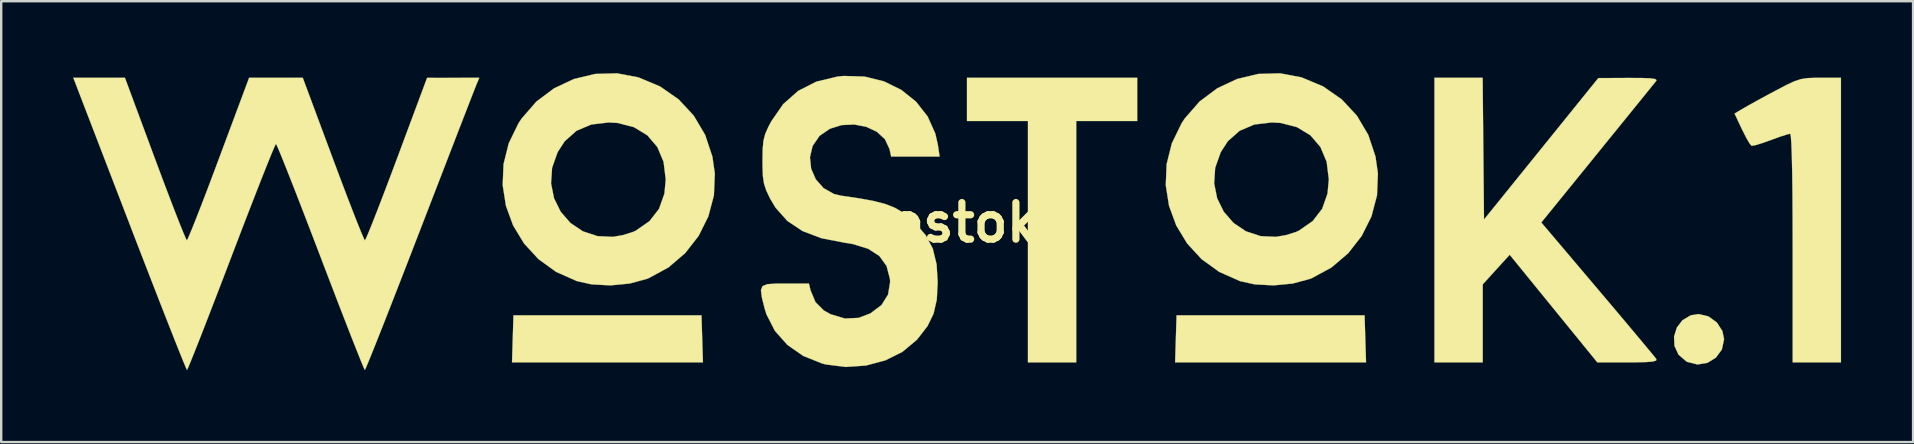
<source format=kicad_pcb>
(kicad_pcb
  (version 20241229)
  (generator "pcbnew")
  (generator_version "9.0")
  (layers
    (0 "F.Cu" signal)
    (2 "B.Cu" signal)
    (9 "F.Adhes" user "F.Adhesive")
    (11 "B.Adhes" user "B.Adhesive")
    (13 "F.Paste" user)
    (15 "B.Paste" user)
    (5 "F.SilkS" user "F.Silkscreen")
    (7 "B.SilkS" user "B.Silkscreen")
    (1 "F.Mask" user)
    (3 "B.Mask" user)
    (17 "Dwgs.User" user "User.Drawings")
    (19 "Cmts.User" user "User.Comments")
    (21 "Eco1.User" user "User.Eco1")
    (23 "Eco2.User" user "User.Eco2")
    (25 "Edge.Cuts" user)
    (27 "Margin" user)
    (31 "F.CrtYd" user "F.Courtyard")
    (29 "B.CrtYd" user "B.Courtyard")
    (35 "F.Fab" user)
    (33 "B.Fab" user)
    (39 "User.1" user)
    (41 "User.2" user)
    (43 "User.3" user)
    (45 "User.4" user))
  (footprint "wostok1"
    (layer "F.Cu")
    (at 37.019 6.223)
    (property "Reference" "wostok1" (at 0 0 0) (layer "F.SilkS") (effects (font (size 1.524 1.524) (thickness 0.3))))
    (attr through_hole)
    (fp_poly (pts (xy -10.787 5.821) (xy -18.74 5.821) (xy -18.68 3.863) (xy -10.848 3.863) (xy -10.787 5.821)) (stroke (width 0.01) (type solid)) (fill yes) (layer "F.SilkS"))
    (fp_poly (pts (xy 16.835 5.821) (xy 8.882 5.821) (xy 8.943 3.863) (xy 16.775 3.863) (xy 16.835 5.821)) (stroke (width 0.01) (type solid)) (fill yes) (layer "F.SilkS"))
    (fp_poly (pts (xy 7.303 -4.233) (xy 4.763 -4.233) (xy 4.763 5.821) (xy 2.752 5.821) (xy 2.752 -4.233) (xy 0.212 -4.233) (xy 0.212 -6.032) (xy 7.303 -6.032) (xy 7.303 -4.233)) (stroke (width 0.01) (type solid)) (fill yes) (layer "F.SilkS"))
    (fp_poly (pts (xy 31.098 3.906) (xy 31.445 4.158) (xy 31.679 4.515) (xy 31.75 4.858) (xy 31.657 5.287) (xy 31.41 5.624) (xy 31.057 5.841) (xy 30.644 5.91) (xy 30.22 5.803) (xy 30.174 5.779) (xy 29.85 5.499) (xy 29.685 5.14) (xy 29.666 4.75) (xy 29.781 4.376) (xy 30.017 4.065) (xy 30.363 3.862) (xy 30.692 3.81) (xy 31.098 3.906)) (stroke (width 0.01) (type solid)) (fill yes) (layer "F.SilkS"))
    (fp_poly (pts (xy 36.618 5.821) (xy 34.608 5.821) (xy 34.608 1.058) (xy 34.605 -0.158) (xy 34.599 -1.209) (xy 34.588 -2.086) (xy 34.572 -2.781) (xy 34.553 -3.288) (xy 34.531 -3.598) (xy 34.504 -3.704) (xy 34.504 -3.704) (xy 34.36 -3.669) (xy 34.077 -3.577) (xy 33.716 -3.446) (xy 33.691 -3.437) (xy 33.33 -3.309) (xy 33.047 -3.224) (xy 32.899 -3.198) (xy 32.895 -3.199) (xy 32.809 -3.303) (xy 32.667 -3.547) (xy 32.5 -3.879) (xy 32.497 -3.885) (xy 32.187 -4.542) (xy 32.524 -4.743) (xy 32.759 -4.877) (xy 33.124 -5.08) (xy 33.563 -5.319) (xy 33.88 -5.488) (xy 34.338 -5.729) (xy 34.673 -5.886) (xy 34.946 -5.976) (xy 35.221 -6.019) (xy 35.559 -6.032) (xy 35.758 -6.032) (xy 36.618 -6.032) (xy 36.618 5.821)) (stroke (width 0.01) (type solid)) (fill yes) (layer "F.SilkS"))
    (fp_poly (pts (xy 21.721 -3.08) (xy 21.749 -0.128) (xy 24.13 -3.074) (xy 26.511 -6.02) (xy 27.768 -6.026) (xy 28.312 -6.024) (xy 28.671 -6.011) (xy 28.87 -5.983) (xy 28.935 -5.937) (xy 28.92 -5.9) (xy 28.831 -5.789) (xy 28.624 -5.534) (xy 28.316 -5.154) (xy 27.923 -4.669) (xy 27.46 -4.098) (xy 26.943 -3.462) (xy 26.476 -2.886) (xy 24.136 -0.005) (xy 26.492 2.776) (xy 27.049 3.434) (xy 27.564 4.045) (xy 28.02 4.588) (xy 28.401 5.044) (xy 28.691 5.392) (xy 28.873 5.615) (xy 28.929 5.689) (xy 28.919 5.746) (xy 28.789 5.786) (xy 28.512 5.809) (xy 28.063 5.82) (xy 27.74 5.821) (xy 26.469 5.821) (xy 24.644 3.58) (xy 22.819 1.339) (xy 22.257 1.956) (xy 21.696 2.574) (xy 21.696 5.821) (xy 19.685 5.821) (xy 19.685 -6.032) (xy 21.693 -6.032) (xy 21.721 -3.08)) (stroke (width 0.01) (type solid)) (fill yes) (layer "F.SilkS"))
    (fp_poly (pts (xy -13.475 -6.05) (xy -12.574 -5.672) (xy -11.799 -5.133) (xy -11.168 -4.453) (xy -10.694 -3.652) (xy -10.393 -2.748) (xy -10.292 -2.047) (xy -10.33 -1.134) (xy -10.562 -0.258) (xy -10.967 0.554) (xy -11.528 1.273) (xy -12.225 1.868) (xy -13.041 2.311) (xy -13.123 2.344) (xy -13.841 2.538) (xy -14.639 2.615) (xy -15.429 2.572) (xy -16.038 2.437) (xy -16.903 2.053) (xy -17.64 1.521) (xy -18.24 0.868) (xy -18.694 0.119) (xy -18.993 -0.698) (xy -19.129 -1.559) (xy -19.126 -1.632) (xy -17.115 -1.632) (xy -16.989 -1.012) (xy -16.714 -0.454) (xy -16.308 0.014) (xy -15.789 0.363) (xy -15.177 0.564) (xy -14.539 0.593) (xy -14.122 0.521) (xy -13.714 0.394) (xy -13.587 0.337) (xy -13.013 -0.061) (xy -12.615 -0.575) (xy -12.391 -1.21) (xy -12.337 -1.799) (xy -12.427 -2.533) (xy -12.688 -3.151) (xy -13.105 -3.637) (xy -13.66 -3.975) (xy -14.34 -4.151) (xy -14.711 -4.173) (xy -15.442 -4.086) (xy -16.054 -3.825) (xy -16.544 -3.391) (xy -16.84 -2.937) (xy -17.071 -2.283) (xy -17.115 -1.632) (xy -19.126 -1.632) (xy -19.093 -2.437) (xy -18.876 -3.306) (xy -18.469 -4.141) (xy -18.338 -4.338) (xy -17.724 -5.043) (xy -16.988 -5.594) (xy -16.161 -5.982) (xy -15.277 -6.193) (xy -14.366 -6.218) (xy -13.475 -6.05)) (stroke (width 0.01) (type solid)) (fill yes) (layer "F.SilkS"))
    (fp_poly (pts (xy 14.148 -6.05) (xy 15.049 -5.672) (xy 15.823 -5.133) (xy 16.455 -4.453) (xy 16.929 -3.652) (xy 17.23 -2.748) (xy 17.33 -2.047) (xy 17.292 -1.134) (xy 17.061 -0.258) (xy 16.656 0.554) (xy 16.095 1.273) (xy 15.397 1.868) (xy 14.582 2.311) (xy 14.499 2.344) (xy 13.781 2.538) (xy 12.983 2.615) (xy 12.193 2.572) (xy 11.585 2.437) (xy 10.72 2.053) (xy 9.983 1.521) (xy 9.383 0.868) (xy 8.929 0.119) (xy 8.629 -0.698) (xy 8.493 -1.559) (xy 8.496 -1.632) (xy 10.508 -1.632) (xy 10.633 -1.012) (xy 10.908 -0.454) (xy 11.315 0.014) (xy 11.833 0.363) (xy 12.445 0.564) (xy 13.083 0.593) (xy 13.5 0.521) (xy 13.908 0.394) (xy 14.036 0.337) (xy 14.61 -0.061) (xy 15.008 -0.575) (xy 15.231 -1.21) (xy 15.286 -1.799) (xy 15.195 -2.533) (xy 14.934 -3.151) (xy 14.518 -3.637) (xy 13.962 -3.975) (xy 13.283 -4.151) (xy 12.912 -4.173) (xy 12.18 -4.086) (xy 11.569 -3.825) (xy 11.078 -3.391) (xy 10.783 -2.937) (xy 10.551 -2.283) (xy 10.508 -1.632) (xy 8.496 -1.632) (xy 8.529 -2.437) (xy 8.747 -3.306) (xy 9.154 -4.141) (xy 9.284 -4.338) (xy 9.899 -5.043) (xy 10.635 -5.594) (xy 11.461 -5.982) (xy 12.345 -6.193) (xy 13.257 -6.218) (xy 14.148 -6.05)) (stroke (width 0.01) (type solid)) (fill yes) (layer "F.SilkS"))
    (fp_poly (pts (xy -4.056 -6.083) (xy -3.247 -5.884) (xy -2.523 -5.528) (xy -1.908 -5.035) (xy -1.428 -4.423) (xy -1.107 -3.709) (xy -1.003 -3.251) (xy -0.928 -2.752) (xy -2.947 -2.752) (xy -3.015 -3.065) (xy -3.204 -3.472) (xy -3.541 -3.784) (xy -3.983 -3.991) (xy -4.486 -4.087) (xy -5.005 -4.063) (xy -5.498 -3.91) (xy -5.92 -3.621) (xy -5.937 -3.605) (xy -6.22 -3.189) (xy -6.33 -2.722) (xy -6.28 -2.246) (xy -6.087 -1.804) (xy -5.765 -1.439) (xy -5.33 -1.193) (xy -5.042 -1.123) (xy -4.261 -1.008) (xy -3.652 -0.895) (xy -3.176 -0.77) (xy -2.795 -0.619) (xy -2.468 -0.427) (xy -2.157 -0.18) (xy -1.938 0.025) (xy -1.501 0.534) (xy -1.212 1.088) (xy -1.054 1.737) (xy -1.008 2.487) (xy -1.046 3.207) (xy -1.179 3.793) (xy -1.431 4.309) (xy -1.825 4.82) (xy -1.896 4.899) (xy -2.481 5.386) (xy -3.196 5.741) (xy -3.996 5.954) (xy -4.836 6.013) (xy -5.67 5.908) (xy -5.821 5.869) (xy -6.607 5.555) (xy -7.271 5.093) (xy -7.791 4.507) (xy -8.143 3.817) (xy -8.218 3.573) (xy -8.333 3.114) (xy -8.371 2.816) (xy -8.305 2.645) (xy -8.105 2.565) (xy -7.743 2.541) (xy -7.367 2.54) (xy -6.373 2.54) (xy -6.301 2.831) (xy -6.099 3.313) (xy -5.747 3.663) (xy -5.469 3.817) (xy -4.872 3.995) (xy -4.3 3.968) (xy -3.811 3.781) (xy -3.351 3.437) (xy -3.075 2.997) (xy -2.99 2.474) (xy -2.998 2.343) (xy -3.137 1.808) (xy -3.437 1.392) (xy -3.906 1.089) (xy -4.551 0.891) (xy -4.895 0.836) (xy -5.851 0.651) (xy -6.638 0.352) (xy -7.27 -0.069) (xy -7.763 -0.622) (xy -7.989 -1.001) (xy -8.146 -1.331) (xy -8.241 -1.615) (xy -8.289 -1.928) (xy -8.305 -2.343) (xy -8.306 -2.586) (xy -8.298 -3.064) (xy -8.267 -3.405) (xy -8.196 -3.684) (xy -8.068 -3.977) (xy -7.942 -4.216) (xy -7.444 -4.936) (xy -6.817 -5.489) (xy -6.066 -5.871) (xy -5.194 -6.081) (xy -4.926 -6.109) (xy -4.056 -6.083)) (stroke (width 0.01) (type solid)) (fill yes) (layer "F.SilkS"))
    (fp_poly (pts (xy -33.609 -2.646) (xy -33.311 -1.848) (xy -33.034 -1.117) (xy -32.788 -0.476) (xy -32.58 0.053) (xy -32.421 0.446) (xy -32.319 0.682) (xy -32.285 0.741) (xy -32.233 0.645) (xy -32.118 0.374) (xy -31.947 -0.05) (xy -31.729 -0.605) (xy -31.474 -1.267) (xy -31.191 -2.015) (xy -30.955 -2.646) (xy -29.692 -6.032) (xy -27.457 -6.032) (xy -26.197 -2.646) (xy -25.898 -1.848) (xy -25.621 -1.117) (xy -25.374 -0.476) (xy -25.166 0.053) (xy -25.006 0.446) (xy -24.904 0.682) (xy -24.869 0.741) (xy -24.817 0.645) (xy -24.701 0.374) (xy -24.53 -0.051) (xy -24.313 -0.605) (xy -24.058 -1.268) (xy -23.775 -2.015) (xy -23.539 -2.645) (xy -22.278 -6.03) (xy -20.105 -6.032) (xy -20.247 -5.689) (xy -20.31 -5.528) (xy -20.443 -5.19) (xy -20.636 -4.691) (xy -20.885 -4.051) (xy -21.18 -3.288) (xy -21.515 -2.421) (xy -21.882 -1.47) (xy -22.275 -0.452) (xy -22.603 0.397) (xy -23.007 1.442) (xy -23.389 2.425) (xy -23.742 3.33) (xy -24.059 4.139) (xy -24.334 4.834) (xy -24.56 5.399) (xy -24.729 5.816) (xy -24.835 6.067) (xy -24.871 6.137) (xy -24.918 6.042) (xy -25.032 5.767) (xy -25.206 5.332) (xy -25.433 4.758) (xy -25.704 4.062) (xy -26.013 3.265) (xy -26.351 2.384) (xy -26.711 1.441) (xy -26.716 1.428) (xy -27.077 0.483) (xy -27.416 -0.398) (xy -27.726 -1.197) (xy -27.999 -1.894) (xy -28.228 -2.47) (xy -28.405 -2.906) (xy -28.523 -3.183) (xy -28.574 -3.281) (xy -28.574 -3.281) (xy -28.624 -3.185) (xy -28.741 -2.91) (xy -28.917 -2.476) (xy -29.146 -1.902) (xy -29.419 -1.206) (xy -29.729 -0.409) (xy -30.068 0.472) (xy -30.429 1.415) (xy -30.433 1.427) (xy -30.794 2.372) (xy -31.133 3.253) (xy -31.442 4.051) (xy -31.713 4.749) (xy -31.941 5.325) (xy -32.116 5.761) (xy -32.231 6.038) (xy -32.279 6.137) (xy -32.279 6.137) (xy -32.325 6.041) (xy -32.441 5.764) (xy -32.619 5.324) (xy -32.852 4.736) (xy -33.135 4.018) (xy -33.46 3.187) (xy -33.821 2.259) (xy -34.211 1.252) (xy -34.624 0.182) (xy -34.673 0.053) (xy -37.014 -6.032) (xy -34.865 -6.032) (xy -33.609 -2.646)) (stroke (width 0.01) (type solid)) (fill yes) (layer "F.SilkS")))
  (gr_rect
    (start -3 -3)
    (end 76.642 15.366)
    (stroke (width 0.1) (type default))
    (fill no)
    (layer "Edge.Cuts")))
</source>
